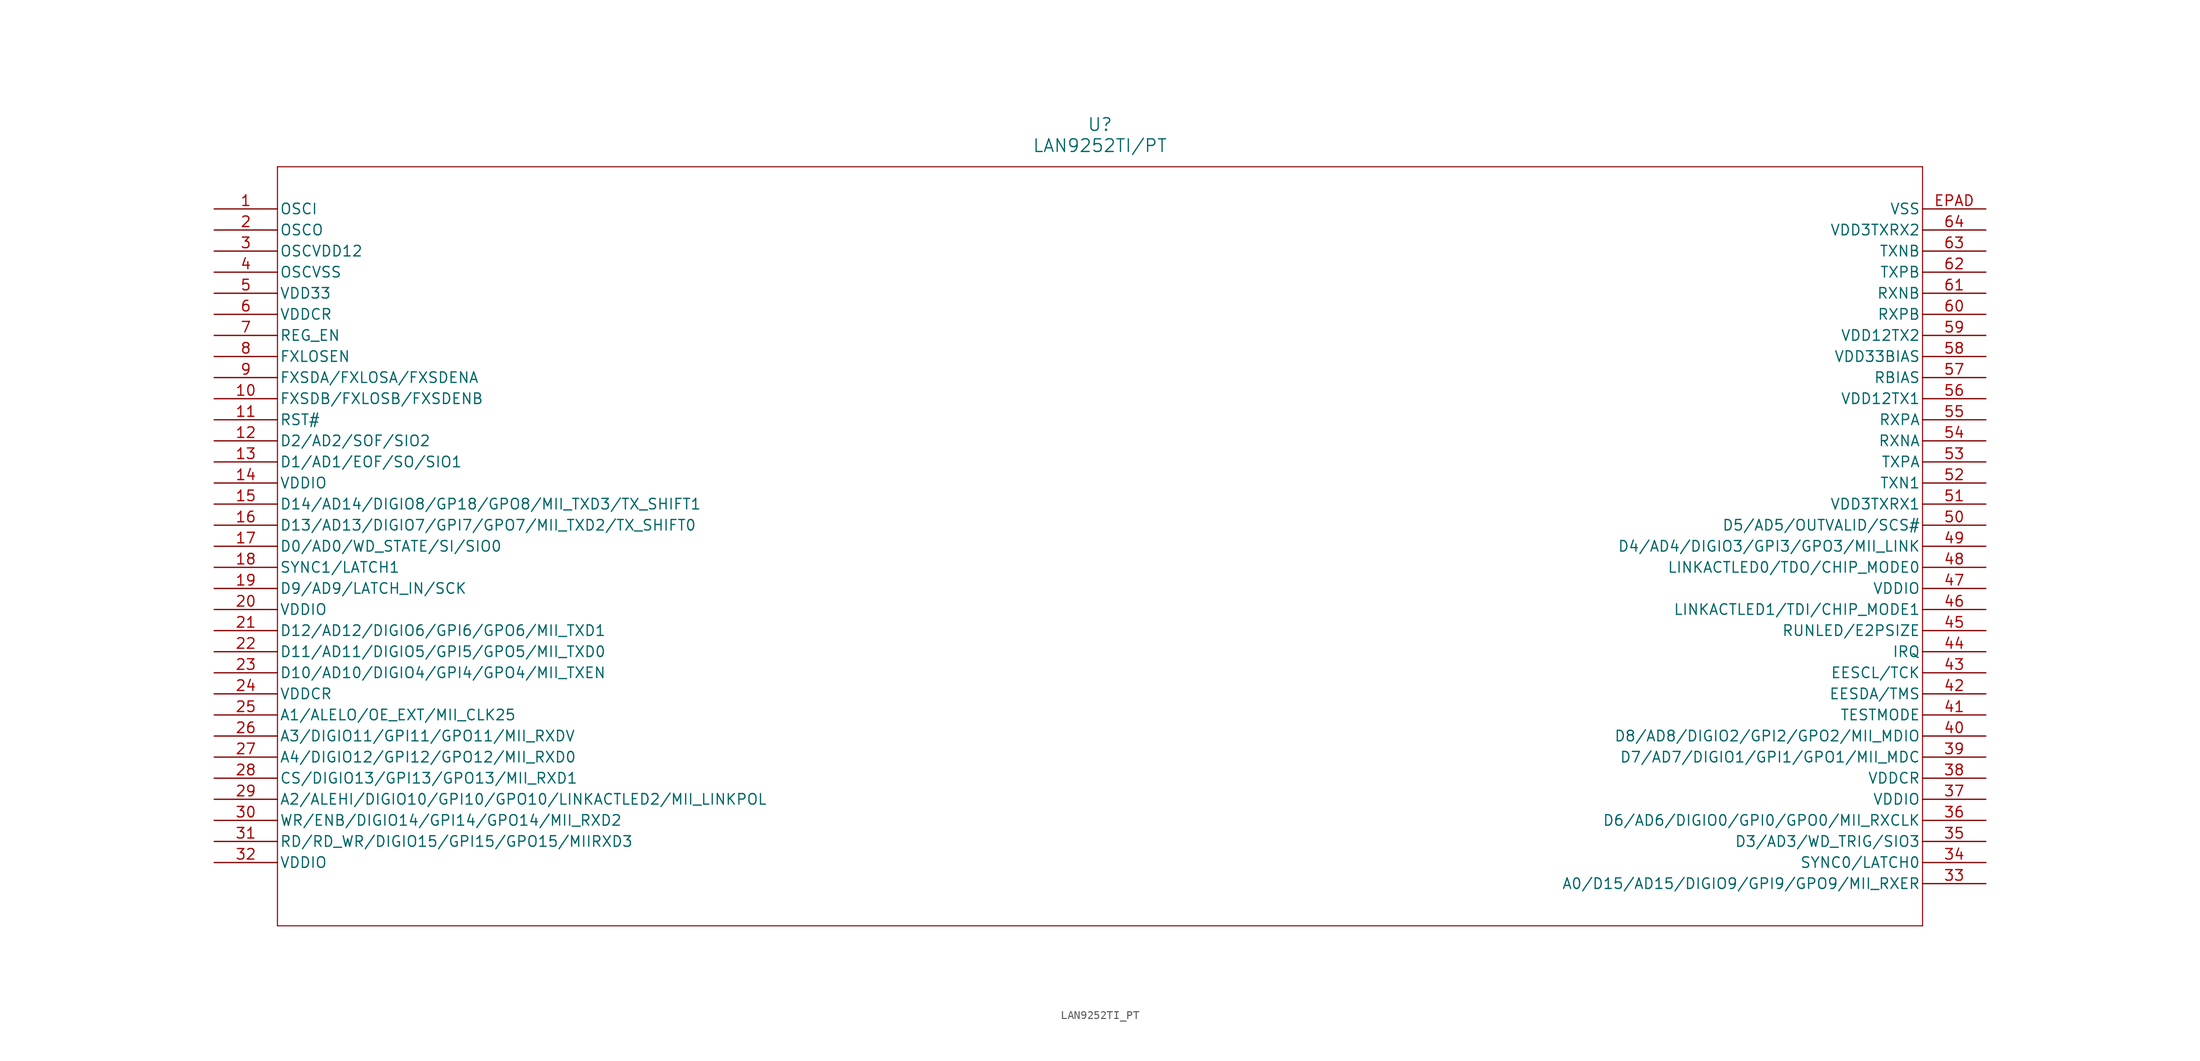
<source format=kicad_sym>
(kicad_symbol_lib
  (version 20211014)
  (generator kicad_symbol_editor)
  (symbol "LAN9252TI_PT"
    (pin_names
      (offset 0.254))
    (property "Reference" "U"
      (at 106.68 10.16 0)
      (effects (font (size 1.524 1.524))))
    (property "Value" "LAN9252TI/PT"
      (at 106.68 7.62 0)
      (effects (font (size 1.524 1.524))))
    (symbol "LAN9252TI_PT_0_1"
      (polyline (pts (xy 7.62 5.08) (xy 7.62 -86.36)) (stroke (width 0.127) (type default) (color 0 0 0 0)) (fill (type none)))
      (polyline (pts (xy 7.62 -86.36) (xy 205.74 -86.36)) (stroke (width 0.127) (type default) (color 0 0 0 0)) (fill (type none)))
      (polyline (pts (xy 205.74 -86.36) (xy 205.74 5.08)) (stroke (width 0.127) (type default) (color 0 0 0 0)) (fill (type none)))
      (polyline (pts (xy 205.74 5.08) (xy 7.62 5.08)) (stroke (width 0.127) (type default) (color 0 0 0 0)) (fill (type none)))
      (pin input line (at 0 0 0) (length 7.62) (name "OSCI" (effects (font (size 1.27 1.27)))) (number "1" (effects (font (size 1.27 1.27)))))
      (pin output line (at 0 -2.54 0) (length 7.62) (name "OSCO" (effects (font (size 1.27 1.27)))) (number "2" (effects (font (size 1.27 1.27)))))
      (pin power_in line (at 0 -5.08 0) (length 7.62) (name "OSCVDD12" (effects (font (size 1.27 1.27)))) (number "3" (effects (font (size 1.27 1.27)))))
      (pin power_out line (at 0 -7.62 0) (length 7.62) (name "OSCVSS" (effects (font (size 1.27 1.27)))) (number "4" (effects (font (size 1.27 1.27)))))
      (pin power_in line (at 0 -10.16 0) (length 7.62) (name "VDD33" (effects (font (size 1.27 1.27)))) (number "5" (effects (font (size 1.27 1.27)))))
      (pin power_in line (at 0 -12.7 0) (length 7.62) (name "VDDCR" (effects (font (size 1.27 1.27)))) (number "6" (effects (font (size 1.27 1.27)))))
      (pin unspecified line (at 0 -15.24 0) (length 7.62) (name "REG_EN" (effects (font (size 1.27 1.27)))) (number "7" (effects (font (size 1.27 1.27)))))
      (pin unspecified line (at 0 -17.78 0) (length 7.62) (name "FXLOSEN" (effects (font (size 1.27 1.27)))) (number "8" (effects (font (size 1.27 1.27)))))
      (pin bidirectional line (at 0 -20.32 0) (length 7.62) (name "FXSDA/FXLOSA/FXSDENA" (effects (font (size 1.27 1.27)))) (number "9" (effects (font (size 1.27 1.27)))))
      (pin bidirectional line (at 0 -22.86 0) (length 7.62) (name "FXSDB/FXLOSB/FXSDENB" (effects (font (size 1.27 1.27)))) (number "10" (effects (font (size 1.27 1.27)))))
      (pin bidirectional line (at 0 -25.4 0) (length 7.62) (name "RST#" (effects (font (size 1.27 1.27)))) (number "11" (effects (font (size 1.27 1.27)))))
      (pin bidirectional line (at 0 -27.94 0) (length 7.62) (name "D2/AD2/SOF/SIO2" (effects (font (size 1.27 1.27)))) (number "12" (effects (font (size 1.27 1.27)))))
      (pin bidirectional line (at 0 -30.48 0) (length 7.62) (name "D1/AD1/EOF/SO/SIO1" (effects (font (size 1.27 1.27)))) (number "13" (effects (font (size 1.27 1.27)))))
      (pin power_in line (at 0 -33.02 0) (length 7.62) (name "VDDIO" (effects (font (size 1.27 1.27)))) (number "14" (effects (font (size 1.27 1.27)))))
      (pin bidirectional line (at 0 -35.56 0) (length 7.62) (name "D14/AD14/DIGIO8/GP18/GPO8/MII_TXD3/TX_SHIFT1" (effects (font (size 1.27 1.27)))) (number "15" (effects (font (size 1.27 1.27)))))
      (pin bidirectional line (at 0 -38.1 0) (length 7.62) (name "D13/AD13/DIGIO7/GPI7/GPO7/MII_TXD2/TX_SHIFT0" (effects (font (size 1.27 1.27)))) (number "16" (effects (font (size 1.27 1.27)))))
      (pin bidirectional line (at 0 -40.64 0) (length 7.62) (name "D0/AD0/WD_STATE/SI/SIO0" (effects (font (size 1.27 1.27)))) (number "17" (effects (font (size 1.27 1.27)))))
      (pin bidirectional line (at 0 -43.18 0) (length 7.62) (name "SYNC1/LATCH1" (effects (font (size 1.27 1.27)))) (number "18" (effects (font (size 1.27 1.27)))))
      (pin bidirectional line (at 0 -45.72 0) (length 7.62) (name "D9/AD9/LATCH_IN/SCK" (effects (font (size 1.27 1.27)))) (number "19" (effects (font (size 1.27 1.27)))))
      (pin power_in line (at 0 -48.26 0) (length 7.62) (name "VDDIO" (effects (font (size 1.27 1.27)))) (number "20" (effects (font (size 1.27 1.27)))))
      (pin bidirectional line (at 0 -50.8 0) (length 7.62) (name "D12/AD12/DIGIO6/GPI6/GPO6/MII_TXD1" (effects (font (size 1.27 1.27)))) (number "21" (effects (font (size 1.27 1.27)))))
      (pin bidirectional line (at 0 -53.34 0) (length 7.62) (name "D11/AD11/DIGIO5/GPI5/GPO5/MII_TXD0" (effects (font (size 1.27 1.27)))) (number "22" (effects (font (size 1.27 1.27)))))
      (pin bidirectional line (at 0 -55.88 0) (length 7.62) (name "D10/AD10/DIGIO4/GPI4/GPO4/MII_TXEN" (effects (font (size 1.27 1.27)))) (number "23" (effects (font (size 1.27 1.27)))))
      (pin power_in line (at 0 -58.42 0) (length 7.62) (name "VDDCR" (effects (font (size 1.27 1.27)))) (number "24" (effects (font (size 1.27 1.27)))))
      (pin bidirectional line (at 0 -60.96 0) (length 7.62) (name "A1/ALELO/OE_EXT/MII_CLK25" (effects (font (size 1.27 1.27)))) (number "25" (effects (font (size 1.27 1.27)))))
      (pin bidirectional line (at 0 -63.5 0) (length 7.62) (name "A3/DIGIO11/GPI11/GPO11/MII_RXDV" (effects (font (size 1.27 1.27)))) (number "26" (effects (font (size 1.27 1.27)))))
      (pin bidirectional line (at 0 -66.04 0) (length 7.62) (name "A4/DIGIO12/GPI12/GPO12/MII_RXD0" (effects (font (size 1.27 1.27)))) (number "27" (effects (font (size 1.27 1.27)))))
      (pin bidirectional line (at 0 -68.58 0) (length 7.62) (name "CS/DIGIO13/GPI13/GPO13/MII_RXD1" (effects (font (size 1.27 1.27)))) (number "28" (effects (font (size 1.27 1.27)))))
      (pin bidirectional line (at 0 -71.12 0) (length 7.62) (name "A2/ALEHI/DIGIO10/GPI10/GPO10/LINKACTLED2/MII_LINKPOL" (effects (font (size 1.27 1.27)))) (number "29" (effects (font (size 1.27 1.27)))))
      (pin bidirectional line (at 0 -73.66 0) (length 7.62) (name "WR/ENB/DIGIO14/GPI14/GPO14/MII_RXD2" (effects (font (size 1.27 1.27)))) (number "30" (effects (font (size 1.27 1.27)))))
      (pin bidirectional line (at 0 -76.2 0) (length 7.62) (name "RD/RD_WR/DIGIO15/GPI15/GPO15/MIIRXD3" (effects (font (size 1.27 1.27)))) (number "31" (effects (font (size 1.27 1.27)))))
      (pin power_in line (at 0 -78.74 0) (length 7.62) (name "VDDIO" (effects (font (size 1.27 1.27)))) (number "32" (effects (font (size 1.27 1.27)))))
      (pin bidirectional line (at 213.36 -81.28 180) (length 7.62) (name "A0/D15/AD15/DIGIO9/GPI9/GPO9/MII_RXER" (effects (font (size 1.27 1.27)))) (number "33" (effects (font (size 1.27 1.27)))))
      (pin bidirectional line (at 213.36 -78.74 180) (length 7.62) (name "SYNC0/LATCH0" (effects (font (size 1.27 1.27)))) (number "34" (effects (font (size 1.27 1.27)))))
      (pin bidirectional line (at 213.36 -76.2 180) (length 7.62) (name "D3/AD3/WD_TRIG/SIO3" (effects (font (size 1.27 1.27)))) (number "35" (effects (font (size 1.27 1.27)))))
      (pin bidirectional line (at 213.36 -73.66 180) (length 7.62) (name "D6/AD6/DIGIO0/GPI0/GPO0/MII_RXCLK" (effects (font (size 1.27 1.27)))) (number "36" (effects (font (size 1.27 1.27)))))
      (pin power_in line (at 213.36 -71.12 180) (length 7.62) (name "VDDIO" (effects (font (size 1.27 1.27)))) (number "37" (effects (font (size 1.27 1.27)))))
      (pin power_in line (at 213.36 -68.58 180) (length 7.62) (name "VDDCR" (effects (font (size 1.27 1.27)))) (number "38" (effects (font (size 1.27 1.27)))))
      (pin bidirectional line (at 213.36 -66.04 180) (length 7.62) (name "D7/AD7/DIGIO1/GPI1/GPO1/MII_MDC" (effects (font (size 1.27 1.27)))) (number "39" (effects (font (size 1.27 1.27)))))
      (pin bidirectional line (at 213.36 -63.5 180) (length 7.62) (name "D8/AD8/DIGIO2/GPI2/GPO2/MII_MDIO" (effects (font (size 1.27 1.27)))) (number "40" (effects (font (size 1.27 1.27)))))
      (pin unspecified line (at 213.36 -60.96 180) (length 7.62) (name "TESTMODE" (effects (font (size 1.27 1.27)))) (number "41" (effects (font (size 1.27 1.27)))))
      (pin bidirectional line (at 213.36 -58.42 180) (length 7.62) (name "EESDA/TMS" (effects (font (size 1.27 1.27)))) (number "42" (effects (font (size 1.27 1.27)))))
      (pin bidirectional line (at 213.36 -55.88 180) (length 7.62) (name "EESCL/TCK" (effects (font (size 1.27 1.27)))) (number "43" (effects (font (size 1.27 1.27)))))
      (pin output line (at 213.36 -53.34 180) (length 7.62) (name "IRQ" (effects (font (size 1.27 1.27)))) (number "44" (effects (font (size 1.27 1.27)))))
      (pin bidirectional line (at 213.36 -50.8 180) (length 7.62) (name "RUNLED/E2PSIZE" (effects (font (size 1.27 1.27)))) (number "45" (effects (font (size 1.27 1.27)))))
      (pin bidirectional line (at 213.36 -48.26 180) (length 7.62) (name "LINKACTLED1/TDI/CHIP_MODE1" (effects (font (size 1.27 1.27)))) (number "46" (effects (font (size 1.27 1.27)))))
      (pin power_in line (at 213.36 -45.72 180) (length 7.62) (name "VDDIO" (effects (font (size 1.27 1.27)))) (number "47" (effects (font (size 1.27 1.27)))))
      (pin bidirectional line (at 213.36 -43.18 180) (length 7.62) (name "LINKACTLED0/TDO/CHIP_MODE0" (effects (font (size 1.27 1.27)))) (number "48" (effects (font (size 1.27 1.27)))))
      (pin bidirectional line (at 213.36 -40.64 180) (length 7.62) (name "D4/AD4/DIGIO3/GPI3/GPO3/MII_LINK" (effects (font (size 1.27 1.27)))) (number "49" (effects (font (size 1.27 1.27)))))
      (pin bidirectional line (at 213.36 -38.1 180) (length 7.62) (name "D5/AD5/OUTVALID/SCS#" (effects (font (size 1.27 1.27)))) (number "50" (effects (font (size 1.27 1.27)))))
      (pin power_in line (at 213.36 -35.56 180) (length 7.62) (name "VDD3TXRX1" (effects (font (size 1.27 1.27)))) (number "51" (effects (font (size 1.27 1.27)))))
      (pin unspecified line (at 213.36 -33.02 180) (length 7.62) (name "TXN1" (effects (font (size 1.27 1.27)))) (number "52" (effects (font (size 1.27 1.27)))))
      (pin unspecified line (at 213.36 -30.48 180) (length 7.62) (name "TXPA" (effects (font (size 1.27 1.27)))) (number "53" (effects (font (size 1.27 1.27)))))
      (pin unspecified line (at 213.36 -27.94 180) (length 7.62) (name "RXNA" (effects (font (size 1.27 1.27)))) (number "54" (effects (font (size 1.27 1.27)))))
      (pin unspecified line (at 213.36 -25.4 180) (length 7.62) (name "RXPA" (effects (font (size 1.27 1.27)))) (number "55" (effects (font (size 1.27 1.27)))))
      (pin power_in line (at 213.36 -22.86 180) (length 7.62) (name "VDD12TX1" (effects (font (size 1.27 1.27)))) (number "56" (effects (font (size 1.27 1.27)))))
      (pin unspecified line (at 213.36 -20.32 180) (length 7.62) (name "RBIAS" (effects (font (size 1.27 1.27)))) (number "57" (effects (font (size 1.27 1.27)))))
      (pin power_in line (at 213.36 -17.78 180) (length 7.62) (name "VDD33BIAS" (effects (font (size 1.27 1.27)))) (number "58" (effects (font (size 1.27 1.27)))))
      (pin power_in line (at 213.36 -15.24 180) (length 7.62) (name "VDD12TX2" (effects (font (size 1.27 1.27)))) (number "59" (effects (font (size 1.27 1.27)))))
      (pin unspecified line (at 213.36 -12.7 180) (length 7.62) (name "RXPB" (effects (font (size 1.27 1.27)))) (number "60" (effects (font (size 1.27 1.27)))))
      (pin unspecified line (at 213.36 -10.16 180) (length 7.62) (name "RXNB" (effects (font (size 1.27 1.27)))) (number "61" (effects (font (size 1.27 1.27)))))
      (pin unspecified line (at 213.36 -7.62 180) (length 7.62) (name "TXPB" (effects (font (size 1.27 1.27)))) (number "62" (effects (font (size 1.27 1.27)))))
      (pin unspecified line (at 213.36 -5.08 180) (length 7.62) (name "TXNB" (effects (font (size 1.27 1.27)))) (number "63" (effects (font (size 1.27 1.27)))))
      (pin power_in line (at 213.36 -2.54 180) (length 7.62) (name "VDD3TXRX2" (effects (font (size 1.27 1.27)))) (number "64" (effects (font (size 1.27 1.27)))))
      (pin power_out line (at 213.36 0 180) (length 7.62) (name "VSS" (effects (font (size 1.27 1.27)))) (number "EPAD" (effects (font (size 1.27 1.27))))))))
</source>
